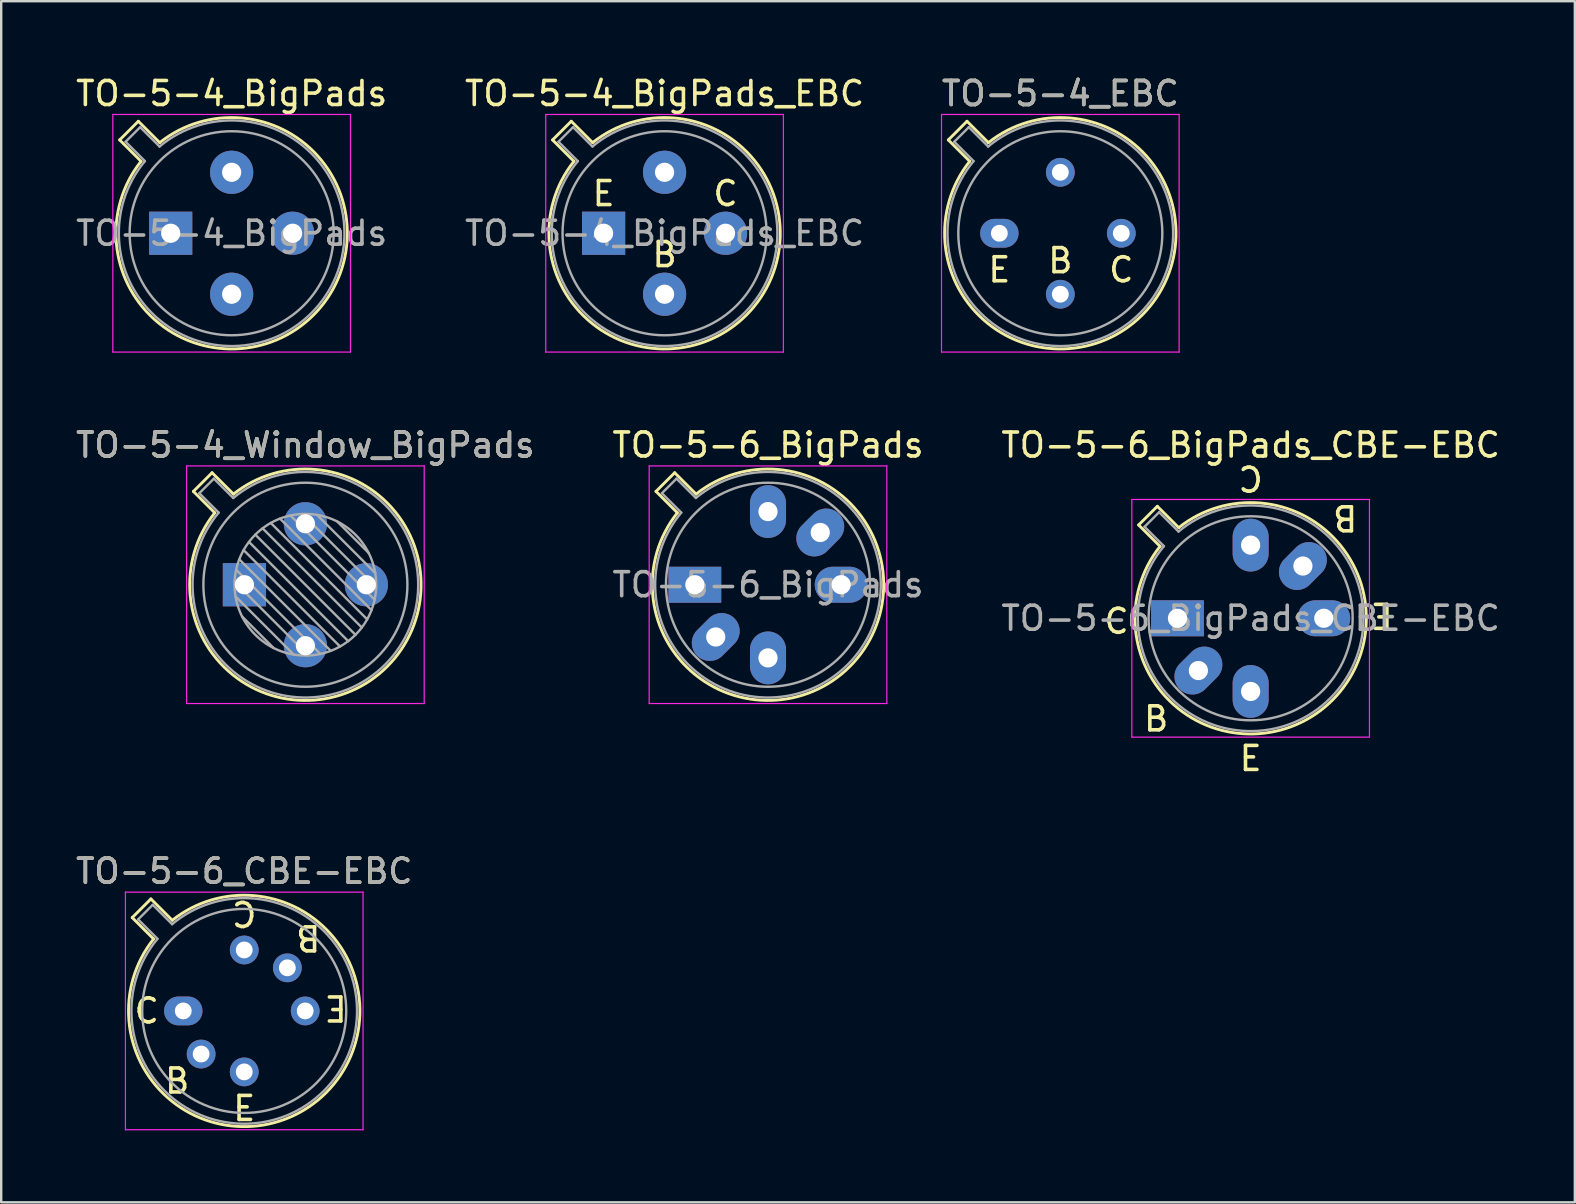
<source format=kicad_pcb>
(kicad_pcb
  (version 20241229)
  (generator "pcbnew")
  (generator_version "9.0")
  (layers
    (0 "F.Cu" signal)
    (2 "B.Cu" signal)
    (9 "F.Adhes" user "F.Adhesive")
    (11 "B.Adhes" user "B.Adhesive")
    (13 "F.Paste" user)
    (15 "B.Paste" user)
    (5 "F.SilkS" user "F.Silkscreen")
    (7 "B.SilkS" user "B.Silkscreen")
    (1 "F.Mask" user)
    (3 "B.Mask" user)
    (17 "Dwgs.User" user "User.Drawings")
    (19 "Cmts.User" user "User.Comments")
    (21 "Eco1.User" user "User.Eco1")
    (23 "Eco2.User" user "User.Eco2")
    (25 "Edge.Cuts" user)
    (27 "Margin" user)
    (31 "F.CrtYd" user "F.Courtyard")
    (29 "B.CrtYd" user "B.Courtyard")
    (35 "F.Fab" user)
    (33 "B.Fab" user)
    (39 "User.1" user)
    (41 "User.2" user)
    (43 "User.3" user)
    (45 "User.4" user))
  (footprint "TO-5-6_CBE-EBC"
    (layer "F.Cu")
    (at 4.585 39.067)
    (property "Reference" "TO-5-6_CBE-EBC" (at 2.54 -5.82 0) (layer "F.SilkS") (effects (font (size 1 1) (thickness 0.15))))
    (fp_line (start -2.126 -3.888) (end -1.235 -2.997) (stroke (width 0.12) (type solid)) (layer "F.SilkS"))
    (fp_line (start -1.348 -4.666) (end -2.126 -3.888) (stroke (width 0.12) (type solid)) (layer "F.SilkS"))
    (fp_line (start -0.457 -3.775) (end -1.348 -4.666) (stroke (width 0.12) (type solid)) (layer "F.SilkS"))
    (fp_arc (start -0.457084 -3.774902) (mid 5.948125 3.408384) (end -1.234674 -2.997371) (stroke (width 0.12) (type solid)) (layer "F.SilkS"))
    (fp_line (start -2.41 -4.95) (end -2.41 4.95) (stroke (width 0.05) (type solid)) (layer "F.CrtYd"))
    (fp_line (start -2.41 4.95) (end 7.49 4.95) (stroke (width 0.05) (type solid)) (layer "F.CrtYd"))
    (fp_line (start 7.49 -4.95) (end -2.41 -4.95) (stroke (width 0.05) (type solid)) (layer "F.CrtYd"))
    (fp_line (start 7.49 4.95) (end 7.49 -4.95) (stroke (width 0.05) (type solid)) (layer "F.CrtYd"))
    (fp_line (start -1.88 -3.812) (end -1.074 -3.005) (stroke (width 0.1) (type solid)) (layer "F.Fab"))
    (fp_line (start -1.272 -4.42) (end -1.88 -3.812) (stroke (width 0.1) (type solid)) (layer "F.Fab"))
    (fp_line (start -0.465 -3.614) (end -1.272 -4.42) (stroke (width 0.1) (type solid)) (layer "F.Fab"))
    (fp_arc (start -0.465408 -3.61352) (mid 5.863443 3.323361) (end -1.073594 -3.005319) (stroke (width 0.1) (type solid)) (layer "F.Fab"))
    (fp_circle (center 2.54 0) (end 6.79 0) (stroke (width 0.1) (type solid)) (fill no) (layer "F.Fab"))
    (fp_text user "B" (at -0.254 2.921 0) (unlocked yes) (layer "F.SilkS") (effects (font (size 1 1) (thickness 0.15))))
    (fp_text user "C" (at 2.54 -4.064 180) (unlocked yes) (layer "F.SilkS") (effects (font (size 1 1) (thickness 0.15))))
    (fp_text user "B" (at 5.207 -3.048 180) (unlocked yes) (layer "F.SilkS") (effects (font (size 1 1) (thickness 0.15))))
    (fp_text user "E" (at 2.54 4.064 0) (unlocked yes) (layer "F.SilkS") (effects (font (size 1 1) (thickness 0.15))))
    (fp_text user "E" (at 6.35 -0.127 180) (unlocked yes) (layer "F.SilkS") (effects (font (size 1 1) (thickness 0.15))))
    (fp_text user "C" (at -1.524 0 0) (unlocked yes) (layer "F.SilkS") (effects (font (size 1 1) (thickness 0.15))))
    (fp_text user "${REFERENCE}" (at 2.54 -5.82 0) (layer "F.Fab") (effects (font (size 1 1) (thickness 0.15))))
    (pad "1" thru_hole oval (at 0 0) (size 1.6 1.2) (drill 0.7) (layers "*.Cu" "*.Mask"))
    (pad "2" thru_hole oval (at 0.744 1.796) (size 1.2 1.2) (drill 0.7) (layers "*.Cu" "*.Mask"))
    (pad "3" thru_hole oval (at 2.54 2.54) (size 1.2 1.2) (drill 0.7) (layers "*.Cu" "*.Mask"))
    (pad "4" thru_hole oval (at 5.08 0) (size 1.2 1.2) (drill 0.7) (layers "*.Cu" "*.Mask"))
    (pad "5" thru_hole oval (at 4.336 -1.796) (size 1.2 1.2) (drill 0.7) (layers "*.Cu" "*.Mask"))
    (pad "6" thru_hole oval (at 2.54 -2.54) (size 1.2 1.2) (drill 0.7) (layers "*.Cu" "*.Mask")))
  (footprint "TO-5-4_EBC"
    (layer "F.Cu")
    (at 38.585 6.668)
    (property "Reference" "TO-5-4_EBC" (at 2.54 -5.82 0) (layer "F.SilkS") (effects (font (size 1 1) (thickness 0.15))))
    (fp_line (start -2.126 -3.888) (end -1.235 -2.997) (stroke (width 0.12) (type solid)) (layer "F.SilkS"))
    (fp_line (start -1.348 -4.666) (end -2.126 -3.888) (stroke (width 0.12) (type solid)) (layer "F.SilkS"))
    (fp_line (start -0.457 -3.775) (end -1.348 -4.666) (stroke (width 0.12) (type solid)) (layer "F.SilkS"))
    (fp_arc (start -0.457084 -3.774902) (mid 5.948125 3.408384) (end -1.234674 -2.997371) (stroke (width 0.12) (type solid)) (layer "F.SilkS"))
    (fp_line (start -2.41 -4.95) (end -2.41 4.95) (stroke (width 0.05) (type solid)) (layer "F.CrtYd"))
    (fp_line (start -2.41 4.95) (end 7.49 4.95) (stroke (width 0.05) (type solid)) (layer "F.CrtYd"))
    (fp_line (start 7.49 -4.95) (end -2.41 -4.95) (stroke (width 0.05) (type solid)) (layer "F.CrtYd"))
    (fp_line (start 7.49 4.95) (end 7.49 -4.95) (stroke (width 0.05) (type solid)) (layer "F.CrtYd"))
    (fp_line (start -1.88 -3.812) (end -1.074 -3.005) (stroke (width 0.1) (type solid)) (layer "F.Fab"))
    (fp_line (start -1.272 -4.42) (end -1.88 -3.812) (stroke (width 0.1) (type solid)) (layer "F.Fab"))
    (fp_line (start -0.465 -3.614) (end -1.272 -4.42) (stroke (width 0.1) (type solid)) (layer "F.Fab"))
    (fp_arc (start -0.465408 -3.61352) (mid 5.863443 3.323361) (end -1.073594 -3.005319) (stroke (width 0.1) (type solid)) (layer "F.Fab"))
    (fp_circle (center 2.54 0) (end 6.79 0) (stroke (width 0.1) (type solid)) (fill no) (layer "F.Fab"))
    (fp_text user "C" (at 5.08 1.524 0) (unlocked yes) (layer "F.SilkS") (effects (font (size 1 1) (thickness 0.15))))
    (fp_text user "B" (at 2.54 1.143 0) (unlocked yes) (layer "F.SilkS") (effects (font (size 1 1) (thickness 0.15))))
    (fp_text user "E" (at 0 1.524 0) (unlocked yes) (layer "F.SilkS") (effects (font (size 1 1) (thickness 0.15))))
    (fp_text user "${REFERENCE}" (at 2.54 -5.82 0) (layer "F.Fab") (effects (font (size 1 1) (thickness 0.15))))
    (pad "1" thru_hole oval (at 0 0) (size 1.6 1.2) (drill 0.7) (layers "*.Cu" "*.Mask"))
    (pad "2" thru_hole oval (at 2.54 2.54) (size 1.2 1.2) (drill 0.7) (layers "*.Cu" "*.Mask"))
    (pad "3" thru_hole oval (at 5.08 0) (size 1.2 1.2) (drill 0.7) (layers "*.Cu" "*.Mask"))
    (pad "4" thru_hole oval (at 2.54 -2.54) (size 1.2 1.2) (drill 0.7) (layers "*.Cu" "*.Mask")))
  (footprint "TO-5-6_BigPads_CBE-EBC"
    (layer "F.Cu")
    (at 46.006 22.709)
    (property "Reference" "TO-5-6_BigPads_CBE-EBC" (at 3.048 -7.217 0) (layer "F.SilkS") (effects (font (size 1 1) (thickness 0.15))))
    (attr through_hole)
    (fp_line (start -1.618 -3.888) (end -0.727 -2.997) (stroke (width 0.12) (type solid)) (layer "F.SilkS"))
    (fp_line (start -0.84 -4.666) (end -1.618 -3.888) (stroke (width 0.12) (type solid)) (layer "F.SilkS"))
    (fp_line (start 0.051 -3.775) (end -0.84 -4.666) (stroke (width 0.12) (type solid)) (layer "F.SilkS"))
    (fp_arc (start 0.050916 -3.774902) (mid 6.456125 3.408384) (end -0.726674 -2.997371) (stroke (width 0.12) (type solid)) (layer "F.SilkS"))
    (fp_line (start -1.902 -4.95) (end -1.902 4.95) (stroke (width 0.05) (type solid)) (layer "F.CrtYd"))
    (fp_line (start -1.902 4.95) (end 7.998 4.95) (stroke (width 0.05) (type solid)) (layer "F.CrtYd"))
    (fp_line (start 7.998 -4.95) (end -1.902 -4.95) (stroke (width 0.05) (type solid)) (layer "F.CrtYd"))
    (fp_line (start 7.998 4.95) (end 7.998 -4.95) (stroke (width 0.05) (type solid)) (layer "F.CrtYd"))
    (fp_line (start -1.372 -3.812) (end -0.566 -3.005) (stroke (width 0.1) (type solid)) (layer "F.Fab"))
    (fp_line (start -0.764 -4.42) (end -1.372 -3.812) (stroke (width 0.1) (type solid)) (layer "F.Fab"))
    (fp_line (start 0.043 -3.614) (end -0.764 -4.42) (stroke (width 0.1) (type solid)) (layer "F.Fab"))
    (fp_arc (start 0.042592 -3.61352) (mid 6.371443 3.323361) (end -0.565594 -3.005319) (stroke (width 0.1) (type solid)) (layer "F.Fab"))
    (fp_circle (center 3.048 0) (end 7.298 0) (stroke (width 0.1) (type solid)) (fill no) (layer "F.Fab"))
    (fp_text user "B" (at -0.889 4.191 0) (unlocked yes) (layer "F.SilkS") (effects (font (size 1 1) (thickness 0.15))))
    (fp_text user "E" (at 3.048 5.842 0) (unlocked yes) (layer "F.SilkS") (effects (font (size 1 1) (thickness 0.15))))
    (fp_text user "E" (at 8.509 -0.127 180) (unlocked yes) (layer "F.SilkS") (effects (font (size 1 1) (thickness 0.15))))
    (fp_text user "C" (at -2.54 0.127 0) (unlocked yes) (layer "F.SilkS") (effects (font (size 1 1) (thickness 0.15))))
    (fp_text user "C" (at 3.048 -5.842 180) (unlocked yes) (layer "F.SilkS") (effects (font (size 1 1) (thickness 0.15))))
    (fp_text user "B" (at 6.985 -4.191 180) (unlocked yes) (layer "F.SilkS") (effects (font (size 1 1) (thickness 0.15))))
    (fp_text user "${REFERENCE}" (at 3.048 0 0) (layer "F.Fab") (effects (font (size 1 1) (thickness 0.15))))
    (pad "1" thru_hole rect (at 0 0) (size 2.2 1.5) (drill 0.8) (layers "*.Cu" "*.Mask"))
    (pad "2" thru_hole oval (at 0.871 2.177 45) (size 2.2 1.5) (drill 0.8) (layers "*.Cu" "*.Mask"))
    (pad "3" thru_hole oval (at 3.048 3.048) (size 1.5 2.2) (drill 0.8) (layers "*.Cu" "*.Mask"))
    (pad "4" thru_hole oval (at 6.096 0) (size 2.2 1.5) (drill 0.8) (layers "*.Cu" "*.Mask"))
    (pad "5" thru_hole oval (at 5.225 -2.177 45) (size 2.2 1.5) (drill 0.8) (layers "*.Cu" "*.Mask"))
    (pad "6" thru_hole oval (at 3.048 -3.048) (size 1.5 2.2) (drill 0.8) (layers "*.Cu" "*.Mask")))
  (footprint "TO-5-6_BigPads"
    (layer "F.Cu")
    (at 25.898 21.311)
    (property "Reference" "TO-5-6_BigPads" (at 3.048 -5.82 0) (layer "F.SilkS") (effects (font (size 1 1) (thickness 0.15))))
    (attr through_hole)
    (fp_line (start -1.618 -3.888) (end -0.727 -2.997) (stroke (width 0.12) (type solid)) (layer "F.SilkS"))
    (fp_line (start -0.84 -4.666) (end -1.618 -3.888) (stroke (width 0.12) (type solid)) (layer "F.SilkS"))
    (fp_line (start 0.051 -3.775) (end -0.84 -4.666) (stroke (width 0.12) (type solid)) (layer "F.SilkS"))
    (fp_arc (start 0.050916 -3.774902) (mid 6.456125 3.408384) (end -0.726674 -2.997371) (stroke (width 0.12) (type solid)) (layer "F.SilkS"))
    (fp_line (start -1.902 -4.95) (end -1.902 4.95) (stroke (width 0.05) (type solid)) (layer "F.CrtYd"))
    (fp_line (start -1.902 4.95) (end 7.998 4.95) (stroke (width 0.05) (type solid)) (layer "F.CrtYd"))
    (fp_line (start 7.998 -4.95) (end -1.902 -4.95) (stroke (width 0.05) (type solid)) (layer "F.CrtYd"))
    (fp_line (start 7.998 4.95) (end 7.998 -4.95) (stroke (width 0.05) (type solid)) (layer "F.CrtYd"))
    (fp_line (start -1.372 -3.812) (end -0.566 -3.005) (stroke (width 0.1) (type solid)) (layer "F.Fab"))
    (fp_line (start -0.764 -4.42) (end -1.372 -3.812) (stroke (width 0.1) (type solid)) (layer "F.Fab"))
    (fp_line (start 0.043 -3.614) (end -0.764 -4.42) (stroke (width 0.1) (type solid)) (layer "F.Fab"))
    (fp_arc (start 0.042592 -3.61352) (mid 6.371443 3.323361) (end -0.565594 -3.005319) (stroke (width 0.1) (type solid)) (layer "F.Fab"))
    (fp_circle (center 3.048 0) (end 7.298 0) (stroke (width 0.1) (type solid)) (fill no) (layer "F.Fab"))
    (fp_text user "${REFERENCE}" (at 3.048 0 0) (layer "F.Fab") (effects (font (size 1 1) (thickness 0.15))))
    (pad "1" thru_hole rect (at 0 0) (size 2.2 1.5) (drill 0.8) (layers "*.Cu" "*.Mask"))
    (pad "2" thru_hole oval (at 0.871 2.177 45) (size 2.2 1.5) (drill 0.8) (layers "*.Cu" "*.Mask"))
    (pad "3" thru_hole oval (at 3.048 3.048) (size 1.5 2.2) (drill 0.8) (layers "*.Cu" "*.Mask"))
    (pad "4" thru_hole oval (at 6.096 0) (size 2.2 1.5) (drill 0.8) (layers "*.Cu" "*.Mask"))
    (pad "5" thru_hole oval (at 5.225 -2.177 45) (size 2.2 1.5) (drill 0.8) (layers "*.Cu" "*.Mask"))
    (pad "6" thru_hole oval (at 3.048 -3.048) (size 1.5 2.2) (drill 0.8) (layers "*.Cu" "*.Mask")))
  (footprint "TO-5-4_Window_BigPads"
    (layer "F.Cu")
    (at 7.133 21.311)
    (property "Reference" "TO-5-4_Window_BigPads" (at 2.54 -5.82 0) (layer "F.SilkS") (effects (font (size 1 1) (thickness 0.15))))
    (attr through_hole)
    (fp_line (start -2.126 -3.888) (end -1.235 -2.997) (stroke (width 0.12) (type solid)) (layer "F.SilkS"))
    (fp_line (start -1.348 -4.666) (end -2.126 -3.888) (stroke (width 0.12) (type solid)) (layer "F.SilkS"))
    (fp_line (start -0.457 -3.775) (end -1.348 -4.666) (stroke (width 0.12) (type solid)) (layer "F.SilkS"))
    (fp_arc (start -0.457084 -3.774902) (mid 5.948125 3.408384) (end -1.234674 -2.997371) (stroke (width 0.12) (type solid)) (layer "F.SilkS"))
    (fp_line (start -2.41 -4.95) (end -2.41 4.95) (stroke (width 0.05) (type solid)) (layer "F.CrtYd"))
    (fp_line (start -2.41 4.95) (end 7.49 4.95) (stroke (width 0.05) (type solid)) (layer "F.CrtYd"))
    (fp_line (start 7.49 -4.95) (end -2.41 -4.95) (stroke (width 0.05) (type solid)) (layer "F.CrtYd"))
    (fp_line (start 7.49 4.95) (end 7.49 -4.95) (stroke (width 0.05) (type solid)) (layer "F.CrtYd"))
    (fp_line (start -1.88 -3.812) (end -1.074 -3.005) (stroke (width 0.1) (type solid)) (layer "F.Fab"))
    (fp_line (start -1.272 -4.42) (end -1.88 -3.812) (stroke (width 0.1) (type solid)) (layer "F.Fab"))
    (fp_line (start -0.465 -3.614) (end -1.272 -4.42) (stroke (width 0.1) (type solid)) (layer "F.Fab"))
    (fp_line (start -0.408 -0.12) (end 2.66 2.948) (stroke (width 0.1) (type solid)) (layer "F.Fab"))
    (fp_line (start -0.371 0.485) (end 2.055 2.911) (stroke (width 0.1) (type solid)) (layer "F.Fab"))
    (fp_line (start -0.344 -0.622) (end 3.162 2.884) (stroke (width 0.1) (type solid)) (layer "F.Fab"))
    (fp_line (start -0.215 -1.058) (end 3.598 2.755) (stroke (width 0.1) (type solid)) (layer "F.Fab"))
    (fp_line (start -0.097 1.324) (end 1.216 2.637) (stroke (width 0.1) (type solid)) (layer "F.Fab"))
    (fp_line (start -0.034 -1.443) (end 3.983 2.574) (stroke (width 0.1) (type solid)) (layer "F.Fab"))
    (fp_line (start 0.19 -1.784) (end 4.324 2.35) (stroke (width 0.1) (type solid)) (layer "F.Fab"))
    (fp_line (start 0.454 -2.086) (end 4.626 2.086) (stroke (width 0.1) (type solid)) (layer "F.Fab"))
    (fp_line (start 0.756 -2.35) (end 4.89 1.784) (stroke (width 0.1) (type solid)) (layer "F.Fab"))
    (fp_line (start 1.097 -2.574) (end 5.114 1.443) (stroke (width 0.1) (type solid)) (layer "F.Fab"))
    (fp_line (start 1.482 -2.755) (end 5.295 1.058) (stroke (width 0.1) (type solid)) (layer "F.Fab"))
    (fp_line (start 1.918 -2.884) (end 5.424 0.622) (stroke (width 0.1) (type solid)) (layer "F.Fab"))
    (fp_line (start 2.42 -2.948) (end 5.488 0.12) (stroke (width 0.1) (type solid)) (layer "F.Fab"))
    (fp_line (start 3.025 -2.911) (end 5.451 -0.485) (stroke (width 0.1) (type solid)) (layer "F.Fab"))
    (fp_line (start 3.864 -2.637) (end 5.177 -1.324) (stroke (width 0.1) (type solid)) (layer "F.Fab"))
    (fp_arc (start -0.465408 -3.61352) (mid 5.863443 3.323361) (end -1.073594 -3.005319) (stroke (width 0.1) (type solid)) (layer "F.Fab"))
    (fp_circle (center 2.54 0) (end 5.49 0) (stroke (width 0.1) (type solid)) (fill no) (layer "F.Fab"))
    (fp_circle (center 2.54 0) (end 6.79 0) (stroke (width 0.1) (type solid)) (fill no) (layer "F.Fab"))
    (fp_text user "${REFERENCE}" (at 2.54 -5.82 0) (layer "F.Fab") (effects (font (size 1 1) (thickness 0.15))))
    (pad "1" thru_hole rect (at 0 0) (size 1.8 1.8) (drill 0.8) (layers "*.Cu" "*.Mask"))
    (pad "2" thru_hole oval (at 2.54 2.54) (size 1.8 1.8) (drill 0.8) (layers "*.Cu" "*.Mask"))
    (pad "3" thru_hole oval (at 5.08 0) (size 1.8 1.8) (drill 0.8) (layers "*.Cu" "*.Mask"))
    (pad "4" thru_hole oval (at 2.54 -2.54) (size 1.8 1.8) (drill 0.8) (layers "*.Cu" "*.Mask")))
  (footprint "TO-5-4_BigPads_EBC"
    (layer "F.Cu")
    (at 22.097 6.668)
    (property "Reference" "TO-5-4_BigPads_EBC" (at 2.54 -5.82 0) (layer "F.SilkS") (effects (font (size 1 1) (thickness 0.15))))
    (attr through_hole)
    (fp_line (start -2.126 -3.888) (end -1.235 -2.997) (stroke (width 0.12) (type solid)) (layer "F.SilkS"))
    (fp_line (start -1.348 -4.666) (end -2.126 -3.888) (stroke (width 0.12) (type solid)) (layer "F.SilkS"))
    (fp_line (start -0.457 -3.775) (end -1.348 -4.666) (stroke (width 0.12) (type solid)) (layer "F.SilkS"))
    (fp_arc (start -0.457084 -3.774902) (mid 5.948125 3.408384) (end -1.234674 -2.997371) (stroke (width 0.12) (type solid)) (layer "F.SilkS"))
    (fp_line (start -2.41 -4.95) (end -2.41 4.95) (stroke (width 0.05) (type solid)) (layer "F.CrtYd"))
    (fp_line (start -2.41 4.95) (end 7.49 4.95) (stroke (width 0.05) (type solid)) (layer "F.CrtYd"))
    (fp_line (start 7.49 -4.95) (end -2.41 -4.95) (stroke (width 0.05) (type solid)) (layer "F.CrtYd"))
    (fp_line (start 7.49 4.95) (end 7.49 -4.95) (stroke (width 0.05) (type solid)) (layer "F.CrtYd"))
    (fp_line (start -1.88 -3.812) (end -1.074 -3.005) (stroke (width 0.1) (type solid)) (layer "F.Fab"))
    (fp_line (start -1.272 -4.42) (end -1.88 -3.812) (stroke (width 0.1) (type solid)) (layer "F.Fab"))
    (fp_line (start -0.465 -3.614) (end -1.272 -4.42) (stroke (width 0.1) (type solid)) (layer "F.Fab"))
    (fp_arc (start -0.465408 -3.61352) (mid 5.863443 3.323361) (end -1.073594 -3.005319) (stroke (width 0.1) (type solid)) (layer "F.Fab"))
    (fp_circle (center 2.54 0) (end 6.79 0) (stroke (width 0.1) (type solid)) (fill no) (layer "F.Fab"))
    (fp_text user "C" (at 5.08 -1.651 0) (unlocked yes) (layer "F.SilkS") (effects (font (size 1 1) (thickness 0.15))))
    (fp_text user "E" (at 0 -1.651 0) (unlocked yes) (layer "F.SilkS") (effects (font (size 1 1) (thickness 0.15))))
    (fp_text user "B" (at 2.54 0.889 0) (unlocked yes) (layer "F.SilkS") (effects (font (size 1 1) (thickness 0.15))))
    (fp_text user "${REFERENCE}" (at 2.54 0 0) (layer "F.Fab") (effects (font (size 1 1) (thickness 0.15))))
    (pad "1" thru_hole rect (at 0 0) (size 1.8 1.8) (drill 0.8) (layers "*.Cu" "*.Mask"))
    (pad "2" thru_hole oval (at 2.54 2.54) (size 1.8 1.8) (drill 0.8) (layers "*.Cu" "*.Mask"))
    (pad "3" thru_hole oval (at 5.08 0) (size 1.8 1.8) (drill 0.8) (layers "*.Cu" "*.Mask"))
    (pad "4" thru_hole oval (at 2.54 -2.54) (size 1.8 1.8) (drill 0.8) (layers "*.Cu" "*.Mask")))
  (footprint "TO-5-4_BigPads"
    (layer "F.Cu")
    (at 4.061 6.668)
    (property "Reference" "TO-5-4_BigPads" (at 2.54 -5.82 0) (layer "F.SilkS") (effects (font (size 1 1) (thickness 0.15))))
    (attr through_hole)
    (fp_line (start -2.126 -3.888) (end -1.235 -2.997) (stroke (width 0.12) (type solid)) (layer "F.SilkS"))
    (fp_line (start -1.348 -4.666) (end -2.126 -3.888) (stroke (width 0.12) (type solid)) (layer "F.SilkS"))
    (fp_line (start -0.457 -3.775) (end -1.348 -4.666) (stroke (width 0.12) (type solid)) (layer "F.SilkS"))
    (fp_arc (start -0.457084 -3.774902) (mid 5.948125 3.408384) (end -1.234674 -2.997371) (stroke (width 0.12) (type solid)) (layer "F.SilkS"))
    (fp_line (start -2.41 -4.95) (end -2.41 4.95) (stroke (width 0.05) (type solid)) (layer "F.CrtYd"))
    (fp_line (start -2.41 4.95) (end 7.49 4.95) (stroke (width 0.05) (type solid)) (layer "F.CrtYd"))
    (fp_line (start 7.49 -4.95) (end -2.41 -4.95) (stroke (width 0.05) (type solid)) (layer "F.CrtYd"))
    (fp_line (start 7.49 4.95) (end 7.49 -4.95) (stroke (width 0.05) (type solid)) (layer "F.CrtYd"))
    (fp_line (start -1.88 -3.812) (end -1.074 -3.005) (stroke (width 0.1) (type solid)) (layer "F.Fab"))
    (fp_line (start -1.272 -4.42) (end -1.88 -3.812) (stroke (width 0.1) (type solid)) (layer "F.Fab"))
    (fp_line (start -0.465 -3.614) (end -1.272 -4.42) (stroke (width 0.1) (type solid)) (layer "F.Fab"))
    (fp_arc (start -0.465408 -3.61352) (mid 5.863443 3.323361) (end -1.073594 -3.005319) (stroke (width 0.1) (type solid)) (layer "F.Fab"))
    (fp_circle (center 2.54 0) (end 6.79 0) (stroke (width 0.1) (type solid)) (fill no) (layer "F.Fab"))
    (fp_text user "${REFERENCE}" (at 2.54 0 0) (layer "F.Fab") (effects (font (size 1 1) (thickness 0.15))))
    (pad "1" thru_hole rect (at 0 0) (size 1.8 1.8) (drill 0.8) (layers "*.Cu" "*.Mask"))
    (pad "2" thru_hole oval (at 2.54 2.54) (size 1.8 1.8) (drill 0.8) (layers "*.Cu" "*.Mask"))
    (pad "3" thru_hole oval (at 5.08 0) (size 1.8 1.8) (drill 0.8) (layers "*.Cu" "*.Mask"))
    (pad "4" thru_hole oval (at 2.54 -2.54) (size 1.8 1.8) (drill 0.8) (layers "*.Cu" "*.Mask")))
  (gr_rect
    (start -3 -3)
    (end 62.56 47.042)
    (stroke (width 0.1) (type default))
    (fill no)
    (layer "Edge.Cuts")))
</source>
